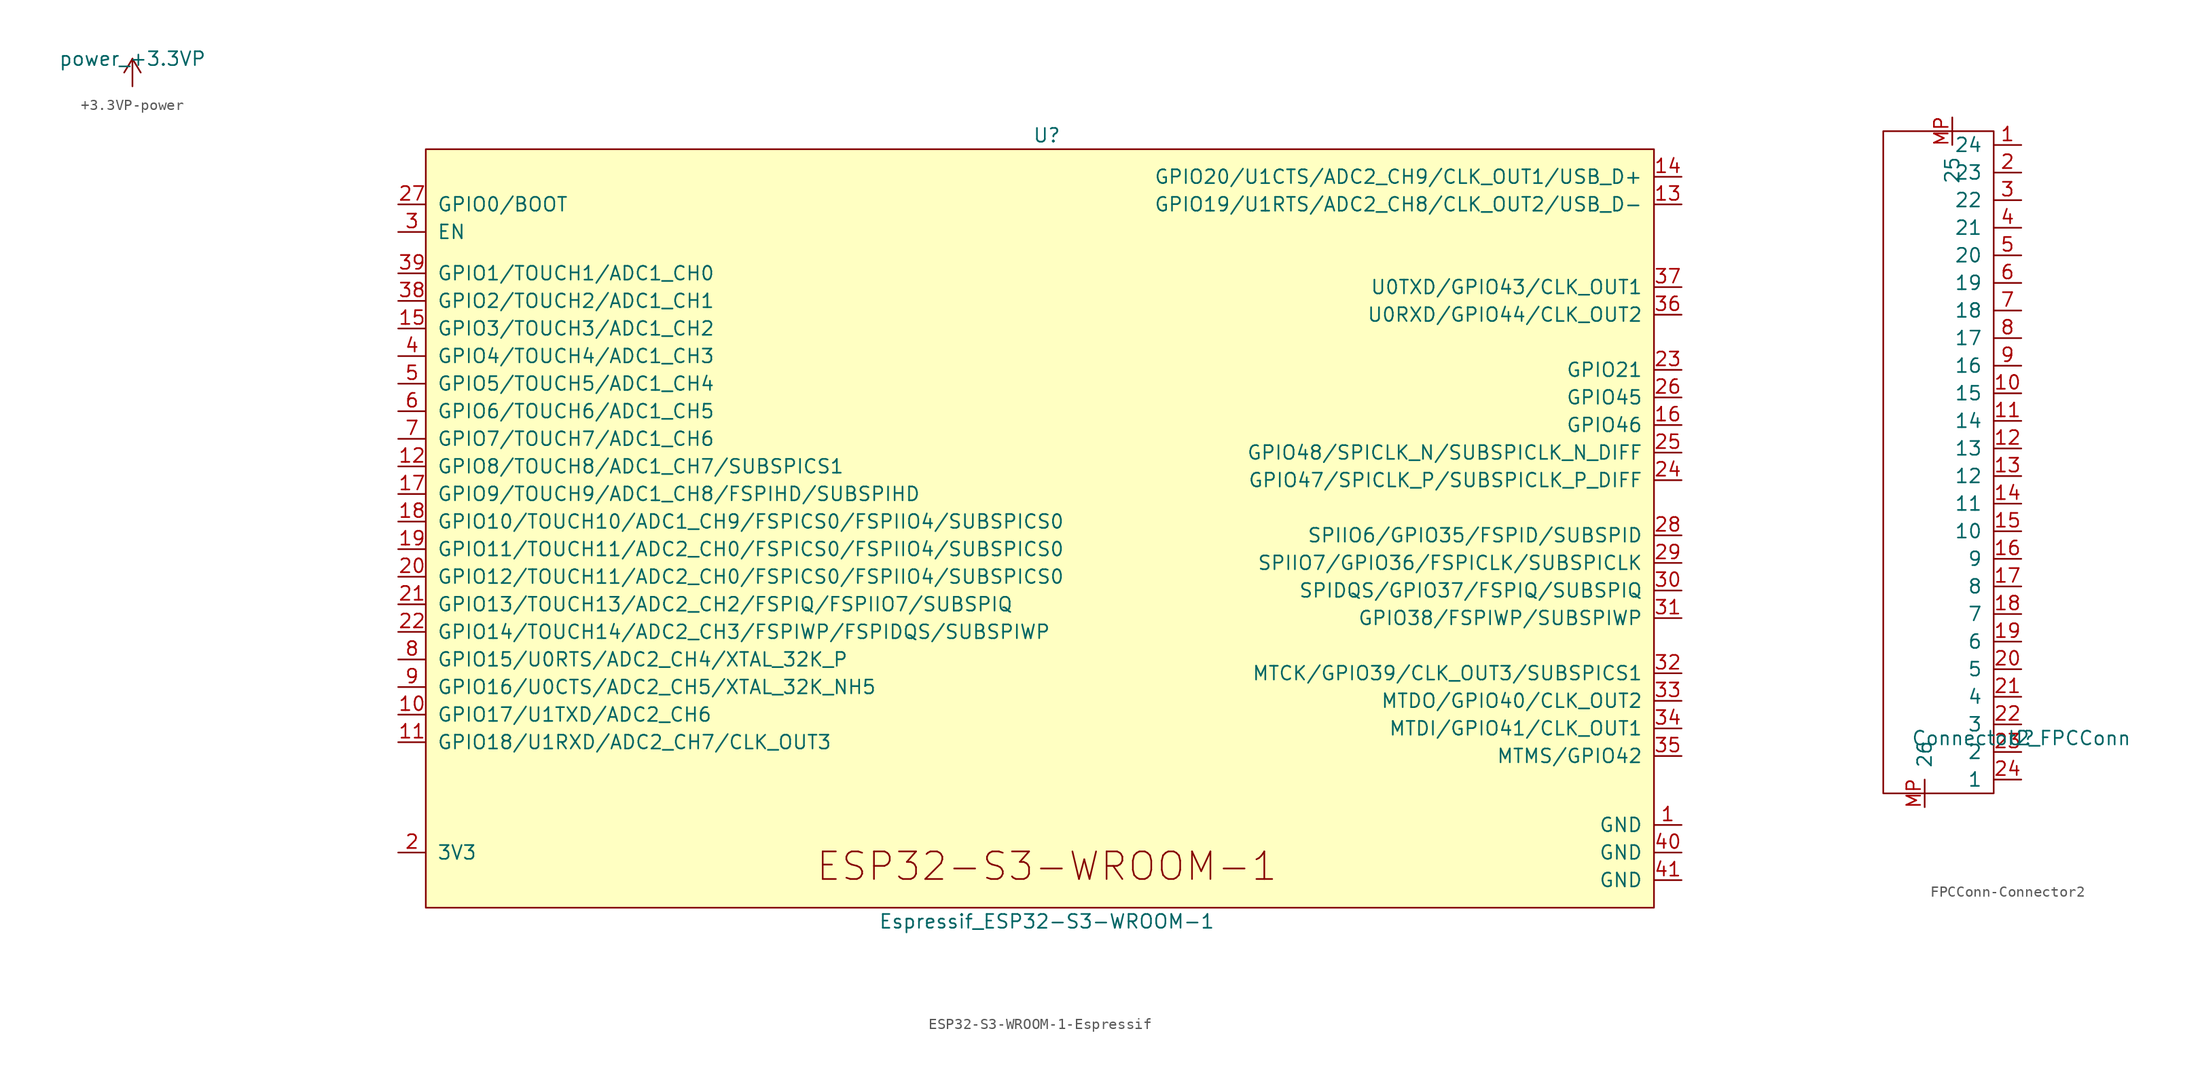
<source format=kicad_sym>
(kicad_symbol_lib
  (version 20231120)
  (generator "kicad_symbol_editor")
  (generator_version "8.0")
  (symbol "+3.3VP-power"
    (power)
    (pin_names
      (offset 0))
    (property "Reference" "#PWR"
      (at 3.81 -1.27 0)
      (effects (font (size 1.27 1.27)) (hide yes)))
    (property "Value" "power_+3.3VP"
      (at 0 2.54 0)
      (effects (font (size 1.27 1.27))))
    (symbol "+3.3VP-power_0_0"
      (pin power_in line (at 0 0 90) (length 0) hide (name "+3.3VP" (effects (font (size 1.27 1.27)))) (number "1" (effects (font (size 1.27 1.27))))))
    (symbol "+3.3VP-power_0_1"
      (polyline (pts (xy -0.762 1.27) (xy 0 2.54)) (stroke (width 0) (type solid)) (fill (type none)))
      (polyline (pts (xy 0 0) (xy 0 2.54)) (stroke (width 0) (type solid)) (fill (type none)))
      (polyline (pts (xy 0 2.54) (xy 0.762 1.27)) (stroke (width 0) (type solid)) (fill (type none)))))
  (symbol "ESP32-S3-WROOM-1-Espressif"
    (pin_names
      (offset 1.016))
    (property "Reference" "U"
      (at 0 35.56 0)
      (effects (font (size 1.27 1.27))))
    (property "Value" "Espressif_ESP32-S3-WROOM-1"
      (at 0 -36.83 0)
      (effects (font (size 1.27 1.27))))
    (symbol "ESP32-S3-WROOM-1-Espressif_0_0"
      (rectangle (start -57.15 34.29) (end 55.88 -35.56) (stroke (width 0) (type solid)) (fill (type background)))
      (text "ESP32-S3-WROOM-1" (at 0 -31.75 0) (effects (font (size 2.54 2.54))))
      (pin power_in line (at 58.42 -27.94 180) (length 2.54) (name "GND" (effects (font (size 1.27 1.27)))) (number "1" (effects (font (size 1.27 1.27)))))
      (pin bidirectional line (at -59.69 -17.78 0) (length 2.54) (name "GPIO17/U1TXD/ADC2_CH6" (effects (font (size 1.27 1.27)))) (number "10" (effects (font (size 1.27 1.27)))))
      (pin bidirectional line (at -59.69 -20.32 0) (length 2.54) (name "GPIO18/U1RXD/ADC2_CH7/CLK_OUT3" (effects (font (size 1.27 1.27)))) (number "11" (effects (font (size 1.27 1.27)))))
      (pin bidirectional line (at -59.69 5.08 0) (length 2.54) (name "GPIO8/TOUCH8/ADC1_CH7/SUBSPICS1" (effects (font (size 1.27 1.27)))) (number "12" (effects (font (size 1.27 1.27)))))
      (pin bidirectional line (at 58.42 29.21 180) (length 2.54) (name "GPIO19/U1RTS/ADC2_CH8/CLK_OUT2/USB_D-" (effects (font (size 1.27 1.27)))) (number "13" (effects (font (size 1.27 1.27)))))
      (pin bidirectional line (at 58.42 31.75 180) (length 2.54) (name "GPIO20/U1CTS/ADC2_CH9/CLK_OUT1/USB_D+" (effects (font (size 1.27 1.27)))) (number "14" (effects (font (size 1.27 1.27)))))
      (pin bidirectional line (at -59.69 17.78 0) (length 2.54) (name "GPIO3/TOUCH3/ADC1_CH2" (effects (font (size 1.27 1.27)))) (number "15" (effects (font (size 1.27 1.27)))))
      (pin bidirectional line (at 58.42 8.89 180) (length 2.54) (name "GPIO46" (effects (font (size 1.27 1.27)))) (number "16" (effects (font (size 1.27 1.27)))))
      (pin bidirectional line (at -59.69 2.54 0) (length 2.54) (name "GPIO9/TOUCH9/ADC1_CH8/FSPIHD/SUBSPIHD" (effects (font (size 1.27 1.27)))) (number "17" (effects (font (size 1.27 1.27)))))
      (pin bidirectional line (at -59.69 0 0) (length 2.54) (name "GPIO10/TOUCH10/ADC1_CH9/FSPICS0/FSPIIO4/SUBSPICS0" (effects (font (size 1.27 1.27)))) (number "18" (effects (font (size 1.27 1.27)))))
      (pin bidirectional line (at -59.69 -2.54 0) (length 2.54) (name "GPIO11/TOUCH11/ADC2_CH0/FSPICS0/FSPIIO4/SUBSPICS0" (effects (font (size 1.27 1.27)))) (number "19" (effects (font (size 1.27 1.27)))))
      (pin power_in line (at -59.69 -30.48 0) (length 2.54) (name "3V3" (effects (font (size 1.27 1.27)))) (number "2" (effects (font (size 1.27 1.27)))))
      (pin bidirectional line (at -59.69 -5.08 0) (length 2.54) (name "GPIO12/TOUCH11/ADC2_CH0/FSPICS0/FSPIIO4/SUBSPICS0" (effects (font (size 1.27 1.27)))) (number "20" (effects (font (size 1.27 1.27)))))
      (pin bidirectional line (at -59.69 -7.62 0) (length 2.54) (name "GPIO13/TOUCH13/ADC2_CH2/FSPIQ/FSPIIO7/SUBSPIQ" (effects (font (size 1.27 1.27)))) (number "21" (effects (font (size 1.27 1.27)))))
      (pin bidirectional line (at -59.69 -10.16 0) (length 2.54) (name "GPIO14/TOUCH14/ADC2_CH3/FSPIWP/FSPIDQS/SUBSPIWP" (effects (font (size 1.27 1.27)))) (number "22" (effects (font (size 1.27 1.27)))))
      (pin bidirectional line (at 58.42 13.97 180) (length 2.54) (name "GPIO21" (effects (font (size 1.27 1.27)))) (number "23" (effects (font (size 1.27 1.27)))))
      (pin bidirectional line (at 58.42 3.81 180) (length 2.54) (name "GPIO47/SPICLK_P/SUBSPICLK_P_DIFF" (effects (font (size 1.27 1.27)))) (number "24" (effects (font (size 1.27 1.27)))))
      (pin bidirectional line (at 58.42 6.35 180) (length 2.54) (name "GPIO48/SPICLK_N/SUBSPICLK_N_DIFF" (effects (font (size 1.27 1.27)))) (number "25" (effects (font (size 1.27 1.27)))))
      (pin bidirectional line (at 58.42 11.43 180) (length 2.54) (name "GPIO45" (effects (font (size 1.27 1.27)))) (number "26" (effects (font (size 1.27 1.27)))))
      (pin bidirectional line (at -59.69 29.21 0) (length 2.54) (name "GPIO0/BOOT" (effects (font (size 1.27 1.27)))) (number "27" (effects (font (size 1.27 1.27)))))
      (pin bidirectional line (at 58.42 -1.27 180) (length 2.54) (name "SPIIO6/GPIO35/FSPID/SUBSPID" (effects (font (size 1.27 1.27)))) (number "28" (effects (font (size 1.27 1.27)))))
      (pin bidirectional line (at 58.42 -3.81 180) (length 2.54) (name "SPIIO7/GPIO36/FSPICLK/SUBSPICLK" (effects (font (size 1.27 1.27)))) (number "29" (effects (font (size 1.27 1.27)))))
      (pin input line (at -59.69 26.67 0) (length 2.54) (name "EN" (effects (font (size 1.27 1.27)))) (number "3" (effects (font (size 1.27 1.27)))))
      (pin bidirectional line (at 58.42 -6.35 180) (length 2.54) (name "SPIDQS/GPIO37/FSPIQ/SUBSPIQ" (effects (font (size 1.27 1.27)))) (number "30" (effects (font (size 1.27 1.27)))))
      (pin bidirectional line (at 58.42 -8.89 180) (length 2.54) (name "GPIO38/FSPIWP/SUBSPIWP" (effects (font (size 1.27 1.27)))) (number "31" (effects (font (size 1.27 1.27)))))
      (pin bidirectional line (at 58.42 -13.97 180) (length 2.54) (name "MTCK/GPIO39/CLK_OUT3/SUBSPICS1" (effects (font (size 1.27 1.27)))) (number "32" (effects (font (size 1.27 1.27)))))
      (pin bidirectional line (at 58.42 -16.51 180) (length 2.54) (name "MTDO/GPIO40/CLK_OUT2" (effects (font (size 1.27 1.27)))) (number "33" (effects (font (size 1.27 1.27)))))
      (pin bidirectional line (at 58.42 -19.05 180) (length 2.54) (name "MTDI/GPIO41/CLK_OUT1" (effects (font (size 1.27 1.27)))) (number "34" (effects (font (size 1.27 1.27)))))
      (pin bidirectional line (at 58.42 -21.59 180) (length 2.54) (name "MTMS/GPIO42" (effects (font (size 1.27 1.27)))) (number "35" (effects (font (size 1.27 1.27)))))
      (pin bidirectional line (at 58.42 19.05 180) (length 2.54) (name "U0RXD/GPIO44/CLK_OUT2" (effects (font (size 1.27 1.27)))) (number "36" (effects (font (size 1.27 1.27)))))
      (pin bidirectional line (at 58.42 21.59 180) (length 2.54) (name "U0TXD/GPIO43/CLK_OUT1" (effects (font (size 1.27 1.27)))) (number "37" (effects (font (size 1.27 1.27)))))
      (pin bidirectional line (at -59.69 20.32 0) (length 2.54) (name "GPIO2/TOUCH2/ADC1_CH1" (effects (font (size 1.27 1.27)))) (number "38" (effects (font (size 1.27 1.27)))))
      (pin bidirectional line (at -59.69 22.86 0) (length 2.54) (name "GPIO1/TOUCH1/ADC1_CH0" (effects (font (size 1.27 1.27)))) (number "39" (effects (font (size 1.27 1.27)))))
      (pin bidirectional line (at -59.69 15.24 0) (length 2.54) (name "GPIO4/TOUCH4/ADC1_CH3" (effects (font (size 1.27 1.27)))) (number "4" (effects (font (size 1.27 1.27)))))
      (pin power_in line (at 58.42 -30.48 180) (length 2.54) (name "GND" (effects (font (size 1.27 1.27)))) (number "40" (effects (font (size 1.27 1.27)))))
      (pin power_in line (at 58.42 -33.02 180) (length 2.54) (name "GND" (effects (font (size 1.27 1.27)))) (number "41" (effects (font (size 1.27 1.27)))))
      (pin bidirectional line (at -59.69 12.7 0) (length 2.54) (name "GPIO5/TOUCH5/ADC1_CH4" (effects (font (size 1.27 1.27)))) (number "5" (effects (font (size 1.27 1.27)))))
      (pin bidirectional line (at -59.69 10.16 0) (length 2.54) (name "GPIO6/TOUCH6/ADC1_CH5" (effects (font (size 1.27 1.27)))) (number "6" (effects (font (size 1.27 1.27)))))
      (pin bidirectional line (at -59.69 7.62 0) (length 2.54) (name "GPIO7/TOUCH7/ADC1_CH6" (effects (font (size 1.27 1.27)))) (number "7" (effects (font (size 1.27 1.27)))))
      (pin bidirectional line (at -59.69 -12.7 0) (length 2.54) (name "GPIO15/U0RTS/ADC2_CH4/XTAL_32K_P" (effects (font (size 1.27 1.27)))) (number "8" (effects (font (size 1.27 1.27)))))
      (pin bidirectional line (at -59.69 -15.24 0) (length 2.54) (name "GPIO16/U0CTS/ADC2_CH5/XTAL_32K_NH5" (effects (font (size 1.27 1.27)))) (number "9" (effects (font (size 1.27 1.27)))))))
  (symbol "FPCConn-Connector2"
    (pin_names
      (offset 1.016))
    (property "Reference" "U"
      (at 0 0 0)
      (effects (font (size 1.27 1.27))))
    (property "Value" "Connector2_FPCConn"
      (at 0 0 0)
      (effects (font (size 1.27 1.27))))
    (symbol "FPCConn-Connector2_0_1"
      (rectangle (start -2.54 -5.08) (end -12.7 55.88) (stroke (width 0) (type solid)) (fill (type none))))
    (symbol "FPCConn-Connector2_1_1"
      (pin input line (at 0 54.61 180) (length 2.54) (name "24" (effects (font (size 1.27 1.27)))) (number "1" (effects (font (size 1.27 1.27)))))
      (pin input line (at 0 31.75 180) (length 2.54) (name "15" (effects (font (size 1.27 1.27)))) (number "10" (effects (font (size 1.27 1.27)))))
      (pin input line (at 0 29.21 180) (length 2.54) (name "14" (effects (font (size 1.27 1.27)))) (number "11" (effects (font (size 1.27 1.27)))))
      (pin input line (at 0 26.67 180) (length 2.54) (name "13" (effects (font (size 1.27 1.27)))) (number "12" (effects (font (size 1.27 1.27)))))
      (pin input line (at 0 24.13 180) (length 2.54) (name "12" (effects (font (size 1.27 1.27)))) (number "13" (effects (font (size 1.27 1.27)))))
      (pin input line (at 0 21.59 180) (length 2.54) (name "11" (effects (font (size 1.27 1.27)))) (number "14" (effects (font (size 1.27 1.27)))))
      (pin input line (at 0 19.05 180) (length 2.54) (name "10" (effects (font (size 1.27 1.27)))) (number "15" (effects (font (size 1.27 1.27)))))
      (pin input line (at 0 16.51 180) (length 2.54) (name "9" (effects (font (size 1.27 1.27)))) (number "16" (effects (font (size 1.27 1.27)))))
      (pin input line (at 0 13.97 180) (length 2.54) (name "8" (effects (font (size 1.27 1.27)))) (number "17" (effects (font (size 1.27 1.27)))))
      (pin input line (at 0 11.43 180) (length 2.54) (name "7" (effects (font (size 1.27 1.27)))) (number "18" (effects (font (size 1.27 1.27)))))
      (pin input line (at 0 8.89 180) (length 2.54) (name "6" (effects (font (size 1.27 1.27)))) (number "19" (effects (font (size 1.27 1.27)))))
      (pin input line (at 0 52.07 180) (length 2.54) (name "23" (effects (font (size 1.27 1.27)))) (number "2" (effects (font (size 1.27 1.27)))))
      (pin input line (at 0 6.35 180) (length 2.54) (name "5" (effects (font (size 1.27 1.27)))) (number "20" (effects (font (size 1.27 1.27)))))
      (pin input line (at 0 3.81 180) (length 2.54) (name "4" (effects (font (size 1.27 1.27)))) (number "21" (effects (font (size 1.27 1.27)))))
      (pin input line (at 0 1.27 180) (length 2.54) (name "3" (effects (font (size 1.27 1.27)))) (number "22" (effects (font (size 1.27 1.27)))))
      (pin input line (at 0 -1.27 180) (length 2.54) (name "2" (effects (font (size 1.27 1.27)))) (number "23" (effects (font (size 1.27 1.27)))))
      (pin input line (at 0 -3.81 180) (length 2.54) (name "1" (effects (font (size 1.27 1.27)))) (number "24" (effects (font (size 1.27 1.27)))))
      (pin input line (at 0 49.53 180) (length 2.54) (name "22" (effects (font (size 1.27 1.27)))) (number "3" (effects (font (size 1.27 1.27)))))
      (pin input line (at 0 46.99 180) (length 2.54) (name "21" (effects (font (size 1.27 1.27)))) (number "4" (effects (font (size 1.27 1.27)))))
      (pin input line (at 0 44.45 180) (length 2.54) (name "20" (effects (font (size 1.27 1.27)))) (number "5" (effects (font (size 1.27 1.27)))))
      (pin input line (at 0 41.91 180) (length 2.54) (name "19" (effects (font (size 1.27 1.27)))) (number "6" (effects (font (size 1.27 1.27)))))
      (pin input line (at 0 39.37 180) (length 2.54) (name "18" (effects (font (size 1.27 1.27)))) (number "7" (effects (font (size 1.27 1.27)))))
      (pin input line (at 0 36.83 180) (length 2.54) (name "17" (effects (font (size 1.27 1.27)))) (number "8" (effects (font (size 1.27 1.27)))))
      (pin input line (at 0 34.29 180) (length 2.54) (name "16" (effects (font (size 1.27 1.27)))) (number "9" (effects (font (size 1.27 1.27)))))
      (pin bidirectional line (at -6.35 57.15 270) (length 2.54) (name "25" (effects (font (size 1.27 1.27)))) (number "MP" (effects (font (size 1.27 1.27)))))
      (pin bidirectional line (at -8.89 -6.35 90) (length 2.54) (name "26" (effects (font (size 1.27 1.27)))) (number "MP" (effects (font (size 1.27 1.27))))))))
</source>
